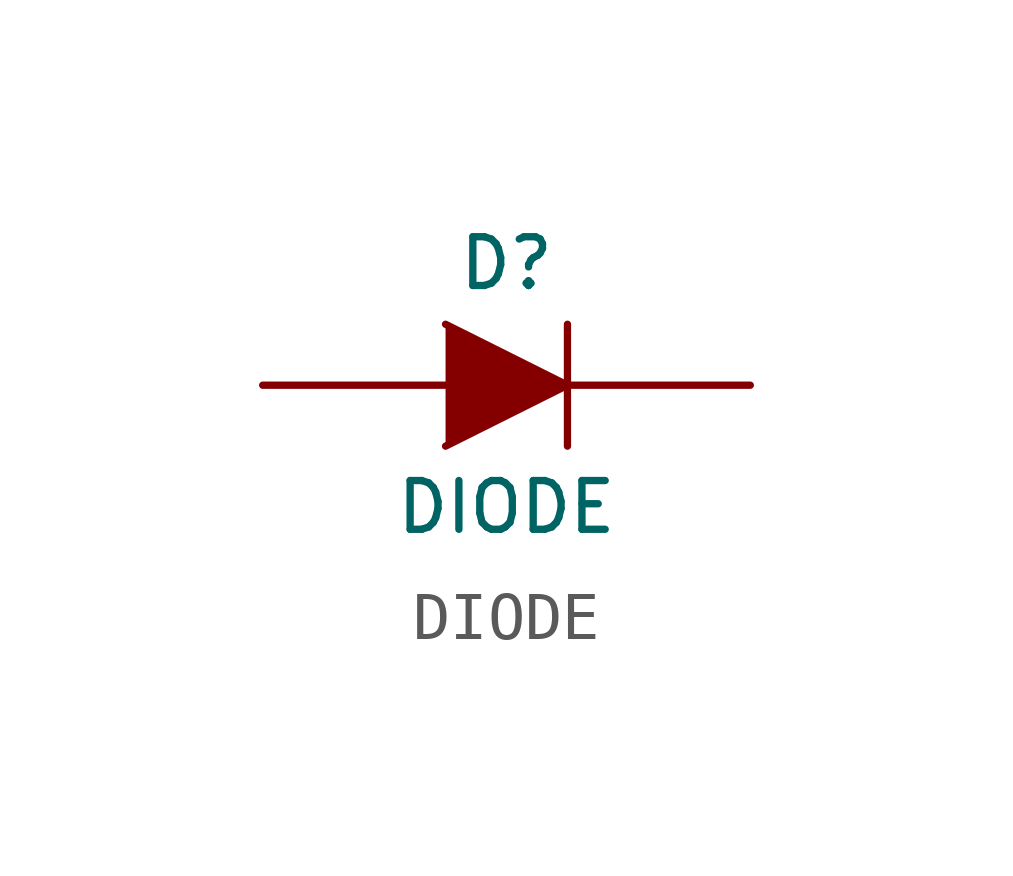
<source format=kicad_sym>
(kicad_symbol_lib
  (version 20211014)
  (generator kicad_symbol_editor)
  (symbol "DIODE"
    (pin_numbers hide)
    (pin_names
      (offset 1.016) hide)
    (property "Reference" "D"
      (at 0 2.54 0)
      (effects (font (size 1.016 1.016))))
    (property "Value" "DIODE"
      (at 0 -2.54 0)
      (effects (font (size 1.016 1.016))))
    (property "Footprint" ""
      (at 0 0 0)
      (effects (font (size 1.524 1.524))))
    (property "Datasheet" ""
      (at 0 0 0)
      (effects (font (size 1.524 1.524))))
    (symbol "DIODE_0_1"
      (polyline (pts (xy 1.27 1.27) (xy 1.27 -1.27)) (stroke (width 0.152) (type default) (color 0 0 0 0)) (fill (type none)))
      (polyline (pts (xy -1.27 1.27) (xy 1.27 0) (xy -1.27 -1.27)) (stroke (width 0) (type default) (color 0 0 0 0)) (fill (type outline))))
    (symbol "DIODE_1_1"
      (pin passive line (at -5.08 0 0) (length 3.81) (name "A" (effects (font (size 1.016 1.016)))) (number "1" (effects (font (size 1.016 1.016)))))
      (pin passive line (at 5.08 0 180) (length 3.81) (name "K" (effects (font (size 1.016 1.016)))) (number "2" (effects (font (size 1.016 1.016))))))))
</source>
